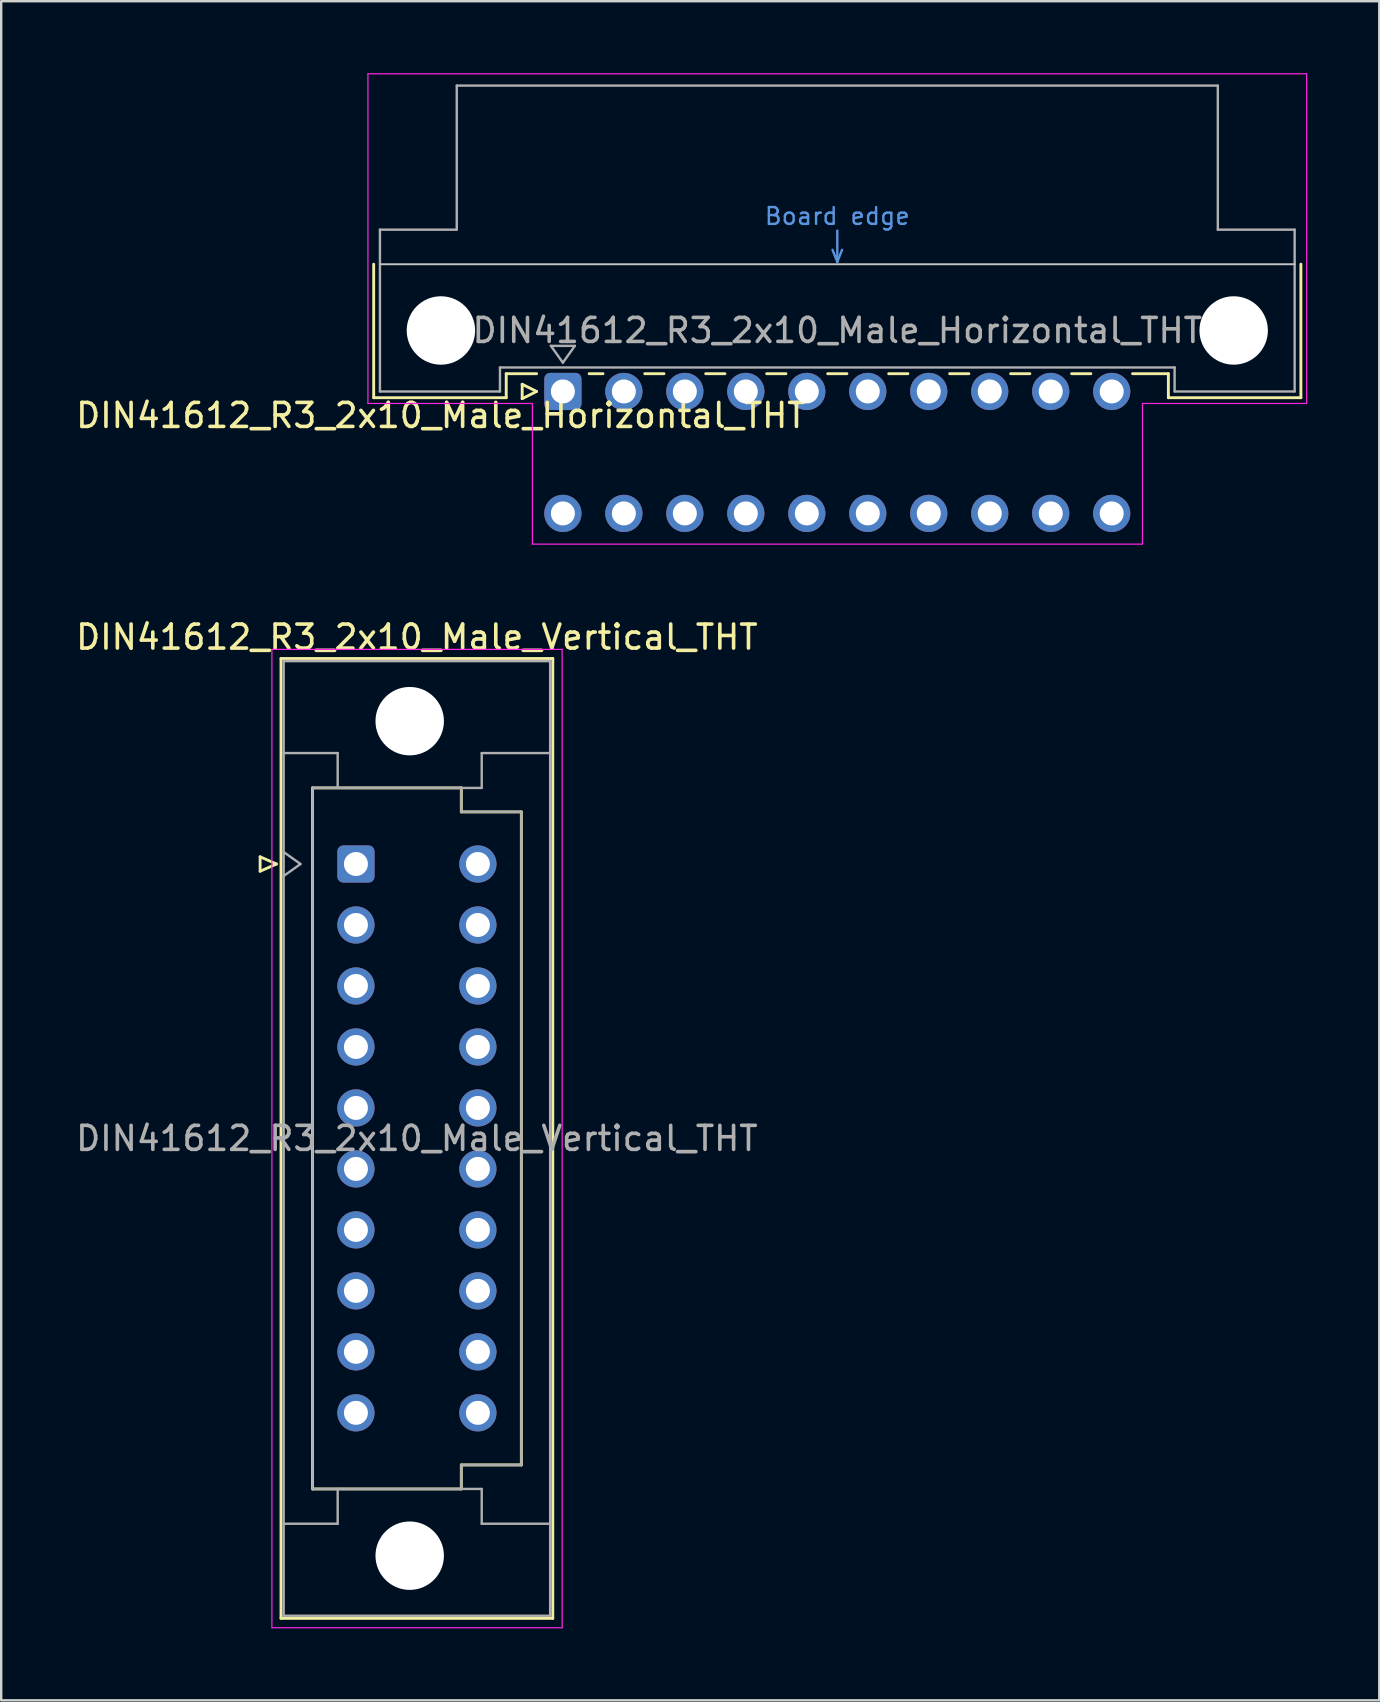
<source format=kicad_pcb>
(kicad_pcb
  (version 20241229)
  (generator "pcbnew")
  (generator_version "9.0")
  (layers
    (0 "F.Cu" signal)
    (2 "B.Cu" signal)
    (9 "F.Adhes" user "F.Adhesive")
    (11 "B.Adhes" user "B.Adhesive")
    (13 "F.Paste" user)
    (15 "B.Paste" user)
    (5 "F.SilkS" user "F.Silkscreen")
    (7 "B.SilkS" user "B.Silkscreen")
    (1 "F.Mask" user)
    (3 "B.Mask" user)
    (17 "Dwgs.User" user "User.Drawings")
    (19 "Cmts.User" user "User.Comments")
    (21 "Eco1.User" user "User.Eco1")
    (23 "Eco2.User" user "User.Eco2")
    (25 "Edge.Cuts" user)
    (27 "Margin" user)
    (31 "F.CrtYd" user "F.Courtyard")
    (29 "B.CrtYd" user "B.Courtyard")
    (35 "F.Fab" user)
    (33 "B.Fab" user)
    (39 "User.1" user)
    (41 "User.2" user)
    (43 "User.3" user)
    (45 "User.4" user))
  (footprint "DIN41612_R3_2x10_Male_Horizontal_THT"
    (layer "F.Cu")
    (at 20.395 13.255)
    (property "Reference" "DIN41612_R3_2x10_Male_Horizontal_THT" (at -5.08 1 0) (layer "F.SilkS") (effects (font (size 1 1) (thickness 0.15))))
    (attr through_hole)
    (fp_line (start -7.88 -5.3) (end -7.88 0.26) (stroke (width 0.12) (type solid)) (layer "F.SilkS"))
    (fp_line (start -7.88 0.26) (end -2.36 0.26) (stroke (width 0.12) (type solid)) (layer "F.SilkS"))
    (fp_line (start -2.361 -0.74) (end -1.095 -0.74) (stroke (width 0.12) (type solid)) (layer "F.SilkS"))
    (fp_line (start -2.36 0.26) (end -2.36 -0.74) (stroke (width 0.12) (type solid)) (layer "F.SilkS"))
    (fp_line (start -1.695 -0.3) (end -1.695 0.3) (stroke (width 0.12) (type solid)) (layer "F.SilkS"))
    (fp_line (start -1.695 0.3) (end -1.095 0) (stroke (width 0.12) (type solid)) (layer "F.SilkS"))
    (fp_line (start -1.095 0) (end -1.695 -0.3) (stroke (width 0.12) (type solid)) (layer "F.SilkS"))
    (fp_line (start 1.095 -0.74) (end 1.671 -0.74) (stroke (width 0.12) (type solid)) (layer "F.SilkS"))
    (fp_line (start 3.41 -0.74) (end 4.211 -0.74) (stroke (width 0.12) (type solid)) (layer "F.SilkS"))
    (fp_line (start 5.95 -0.74) (end 6.751 -0.74) (stroke (width 0.12) (type solid)) (layer "F.SilkS"))
    (fp_line (start 8.49 -0.74) (end 9.291 -0.74) (stroke (width 0.12) (type solid)) (layer "F.SilkS"))
    (fp_line (start 11.03 -0.74) (end 11.831 -0.74) (stroke (width 0.12) (type solid)) (layer "F.SilkS"))
    (fp_line (start 13.57 -0.74) (end 14.371 -0.74) (stroke (width 0.12) (type solid)) (layer "F.SilkS"))
    (fp_line (start 16.11 -0.74) (end 16.911 -0.74) (stroke (width 0.12) (type solid)) (layer "F.SilkS"))
    (fp_line (start 18.65 -0.74) (end 19.451 -0.74) (stroke (width 0.12) (type solid)) (layer "F.SilkS"))
    (fp_line (start 21.19 -0.74) (end 21.991 -0.74) (stroke (width 0.12) (type solid)) (layer "F.SilkS"))
    (fp_line (start 23.73 -0.74) (end 25.22 -0.74) (stroke (width 0.12) (type solid)) (layer "F.SilkS"))
    (fp_line (start 25.22 0.26) (end 25.22 -0.74) (stroke (width 0.12) (type solid)) (layer "F.SilkS"))
    (fp_line (start 30.74 -5.3) (end 30.74 0.26) (stroke (width 0.12) (type solid)) (layer "F.SilkS"))
    (fp_line (start 30.74 0.26) (end 25.22 0.26) (stroke (width 0.12) (type solid)) (layer "F.SilkS"))
    (fp_line (start -7.62 -5.3) (end 30.48 -5.3) (stroke (width 0.08) (type solid)) (layer "Dwgs.User"))
    (fp_line (start 11.23 -5.9) (end 11.43 -5.4) (stroke (width 0.1) (type solid)) (layer "Cmts.User"))
    (fp_line (start 11.43 -5.4) (end 11.43 -6.7) (stroke (width 0.1) (type solid)) (layer "Cmts.User"))
    (fp_line (start 11.43 -5.4) (end 11.63 -5.9) (stroke (width 0.1) (type solid)) (layer "Cmts.User"))
    (fp_line (start -8.12 -13.23) (end -8.12 0.5) (stroke (width 0.05) (type solid)) (layer "F.CrtYd"))
    (fp_line (start -8.12 0.5) (end -1.27 0.5) (stroke (width 0.05) (type solid)) (layer "F.CrtYd"))
    (fp_line (start -1.27 0.5) (end -1.27 6.36) (stroke (width 0.05) (type solid)) (layer "F.CrtYd"))
    (fp_line (start -1.27 6.36) (end 24.14 6.36) (stroke (width 0.05) (type solid)) (layer "F.CrtYd"))
    (fp_line (start 24.14 0.5) (end 30.98 0.5) (stroke (width 0.05) (type solid)) (layer "F.CrtYd"))
    (fp_line (start 24.14 6.36) (end 24.14 0.5) (stroke (width 0.05) (type solid)) (layer "F.CrtYd"))
    (fp_line (start 30.98 -13.23) (end -8.12 -13.23) (stroke (width 0.05) (type solid)) (layer "F.CrtYd"))
    (fp_line (start 30.98 0.5) (end 30.98 -13.23) (stroke (width 0.05) (type solid)) (layer "F.CrtYd"))
    (fp_line (start -7.62 -6.74) (end -7.62 0) (stroke (width 0.1) (type solid)) (layer "F.Fab"))
    (fp_line (start -7.62 0) (end -2.62 0) (stroke (width 0.1) (type solid)) (layer "F.Fab"))
    (fp_line (start -4.42 -12.74) (end -4.42 -6.74) (stroke (width 0.1) (type solid)) (layer "F.Fab"))
    (fp_line (start -4.42 -6.74) (end -7.62 -6.74) (stroke (width 0.1) (type solid)) (layer "F.Fab"))
    (fp_line (start -2.62 -1) (end 25.48 -1) (stroke (width 0.1) (type solid)) (layer "F.Fab"))
    (fp_line (start -2.62 0) (end -2.62 -1) (stroke (width 0.1) (type solid)) (layer "F.Fab"))
    (fp_line (start -0.5 -1.9) (end 0.5 -1.9) (stroke (width 0.1) (type solid)) (layer "F.Fab"))
    (fp_line (start 0 -1.2) (end -0.5 -1.9) (stroke (width 0.1) (type solid)) (layer "F.Fab"))
    (fp_line (start 0.5 -1.9) (end 0 -1.2) (stroke (width 0.1) (type solid)) (layer "F.Fab"))
    (fp_line (start 25.48 -1) (end 25.48 0) (stroke (width 0.1) (type solid)) (layer "F.Fab"))
    (fp_line (start 25.48 0) (end 30.48 0) (stroke (width 0.1) (type solid)) (layer "F.Fab"))
    (fp_line (start 27.28 -12.74) (end -4.42 -12.74) (stroke (width 0.1) (type solid)) (layer "F.Fab"))
    (fp_line (start 27.28 -6.74) (end 27.28 -12.74) (stroke (width 0.1) (type solid)) (layer "F.Fab"))
    (fp_line (start 30.48 -6.74) (end 27.28 -6.74) (stroke (width 0.1) (type solid)) (layer "F.Fab"))
    (fp_line (start 30.48 0) (end 30.48 -6.74) (stroke (width 0.1) (type solid)) (layer "F.Fab"))
    (fp_text user "Board edge" (at 11.43 -7.3 0) (layer "Cmts.User") (effects (font (size 0.7 0.7) (thickness 0.1))))
    (fp_text user "${REFERENCE}" (at 11.43 -2.54 0) (layer "F.Fab") (effects (font (size 1 1) (thickness 0.15))))
    (pad "" np_thru_hole circle (at -5.08 -2.54) (size 2.85 2.85) (drill 2.85) (layers "*.Cu" "*.Mask"))
    (pad "" np_thru_hole circle (at 27.94 -2.54) (size 2.85 2.85) (drill 2.85) (layers "*.Cu" "*.Mask"))
    (pad "a1" thru_hole roundrect (at 0 0) (size 1.55 1.55) (drill 1) (layers "*.Cu" "*.Mask") (roundrect_rratio 0.161))
    (pad "a2" thru_hole circle (at 2.54 0) (size 1.55 1.55) (drill 1) (layers "*.Cu" "*.Mask"))
    (pad "a3" thru_hole circle (at 5.08 0) (size 1.55 1.55) (drill 1) (layers "*.Cu" "*.Mask"))
    (pad "a4" thru_hole circle (at 7.62 0) (size 1.55 1.55) (drill 1) (layers "*.Cu" "*.Mask"))
    (pad "a5" thru_hole circle (at 10.16 0) (size 1.55 1.55) (drill 1) (layers "*.Cu" "*.Mask"))
    (pad "a6" thru_hole circle (at 12.7 0) (size 1.55 1.55) (drill 1) (layers "*.Cu" "*.Mask"))
    (pad "a7" thru_hole circle (at 15.24 0) (size 1.55 1.55) (drill 1) (layers "*.Cu" "*.Mask"))
    (pad "a8" thru_hole circle (at 17.78 0) (size 1.55 1.55) (drill 1) (layers "*.Cu" "*.Mask"))
    (pad "a9" thru_hole circle (at 20.32 0) (size 1.55 1.55) (drill 1) (layers "*.Cu" "*.Mask"))
    (pad "a10" thru_hole circle (at 22.86 0) (size 1.55 1.55) (drill 1) (layers "*.Cu" "*.Mask"))
    (pad "c1" thru_hole circle (at 0 5.08) (size 1.55 1.55) (drill 1) (layers "*.Cu" "*.Mask"))
    (pad "c2" thru_hole circle (at 2.54 5.08) (size 1.55 1.55) (drill 1) (layers "*.Cu" "*.Mask"))
    (pad "c3" thru_hole circle (at 5.08 5.08) (size 1.55 1.55) (drill 1) (layers "*.Cu" "*.Mask"))
    (pad "c4" thru_hole circle (at 7.62 5.08) (size 1.55 1.55) (drill 1) (layers "*.Cu" "*.Mask"))
    (pad "c5" thru_hole circle (at 10.16 5.08) (size 1.55 1.55) (drill 1) (layers "*.Cu" "*.Mask"))
    (pad "c6" thru_hole circle (at 12.7 5.08) (size 1.55 1.55) (drill 1) (layers "*.Cu" "*.Mask"))
    (pad "c7" thru_hole circle (at 15.24 5.08) (size 1.55 1.55) (drill 1) (layers "*.Cu" "*.Mask"))
    (pad "c8" thru_hole circle (at 17.78 5.08) (size 1.55 1.55) (drill 1) (layers "*.Cu" "*.Mask"))
    (pad "c9" thru_hole circle (at 20.32 5.08) (size 1.55 1.55) (drill 1) (layers "*.Cu" "*.Mask"))
    (pad "c10" thru_hole circle (at 22.86 5.08) (size 1.55 1.55) (drill 1) (layers "*.Cu" "*.Mask")))
  (footprint "DIN41612_R3_2x10_Male_Vertical_THT"
    (layer "F.Cu")
    (at 11.775 32.938)
    (property "Reference" "DIN41612_R3_2x10_Male_Vertical_THT" (at 2.54 -9.45 0) (layer "F.SilkS") (effects (font (size 1 1) (thickness 0.15))))
    (attr through_hole)
    (fp_line (start -3.99 -0.3) (end -3.99 0.3) (stroke (width 0.12) (type solid)) (layer "F.SilkS"))
    (fp_line (start -3.99 0.3) (end -3.31 0) (stroke (width 0.12) (type solid)) (layer "F.SilkS"))
    (fp_line (start -3.31 0) (end -3.99 -0.3) (stroke (width 0.12) (type solid)) (layer "F.SilkS"))
    (fp_line (start -3.12 -8.56) (end 8.2 -8.56) (stroke (width 0.12) (type solid)) (layer "F.SilkS"))
    (fp_line (start -3.12 31.42) (end -3.12 -8.56) (stroke (width 0.12) (type solid)) (layer "F.SilkS"))
    (fp_line (start -1.81 -3.17) (end 4.39 -3.17) (stroke (width 0.12) (type solid)) (layer "F.SilkS"))
    (fp_line (start -1.81 26.03) (end -1.81 -3.17) (stroke (width 0.12) (type solid)) (layer "F.SilkS"))
    (fp_line (start 4.39 -3.17) (end 4.39 -2.17) (stroke (width 0.12) (type solid)) (layer "F.SilkS"))
    (fp_line (start 4.39 -2.17) (end 6.89 -2.17) (stroke (width 0.12) (type solid)) (layer "F.SilkS"))
    (fp_line (start 4.39 25.03) (end 4.39 26.03) (stroke (width 0.12) (type solid)) (layer "F.SilkS"))
    (fp_line (start 4.39 26.03) (end -1.81 26.03) (stroke (width 0.12) (type solid)) (layer "F.SilkS"))
    (fp_line (start 6.89 -2.17) (end 6.89 25.03) (stroke (width 0.12) (type solid)) (layer "F.SilkS"))
    (fp_line (start 6.89 25.03) (end 4.39 25.03) (stroke (width 0.12) (type solid)) (layer "F.SilkS"))
    (fp_line (start 8.2 -8.56) (end 8.2 31.42) (stroke (width 0.12) (type solid)) (layer "F.SilkS"))
    (fp_line (start 8.2 31.42) (end -3.12 31.42) (stroke (width 0.12) (type solid)) (layer "F.SilkS"))
    (fp_line (start -3.5 -8.94) (end 8.59 -8.94) (stroke (width 0.05) (type solid)) (layer "F.CrtYd"))
    (fp_line (start -3.5 31.81) (end -3.5 -8.94) (stroke (width 0.05) (type solid)) (layer "F.CrtYd"))
    (fp_line (start 8.59 -8.94) (end 8.59 31.81) (stroke (width 0.05) (type solid)) (layer "F.CrtYd"))
    (fp_line (start 8.59 31.81) (end -3.5 31.81) (stroke (width 0.05) (type solid)) (layer "F.CrtYd"))
    (fp_line (start -3.01 -8.45) (end 8.09 -8.45) (stroke (width 0.1) (type solid)) (layer "F.Fab"))
    (fp_line (start -3.01 -4.62) (end -0.76 -4.62) (stroke (width 0.1) (type solid)) (layer "F.Fab"))
    (fp_line (start -3.01 -0.5) (end -2.31 0) (stroke (width 0.1) (type solid)) (layer "F.Fab"))
    (fp_line (start -3.01 27.48) (end -0.76 27.48) (stroke (width 0.1) (type solid)) (layer "F.Fab"))
    (fp_line (start -3.01 31.31) (end -3.01 -8.45) (stroke (width 0.1) (type solid)) (layer "F.Fab"))
    (fp_line (start -2.31 0) (end -3.01 0.5) (stroke (width 0.1) (type solid)) (layer "F.Fab"))
    (fp_line (start -1.81 -3.17) (end 4.39 -3.17) (stroke (width 0.1) (type solid)) (layer "F.Fab"))
    (fp_line (start -1.81 26.03) (end -1.81 -3.17) (stroke (width 0.1) (type solid)) (layer "F.Fab"))
    (fp_line (start -0.76 -4.62) (end -0.76 -3.17) (stroke (width 0.1) (type solid)) (layer "F.Fab"))
    (fp_line (start -0.76 27.48) (end -0.76 26.03) (stroke (width 0.1) (type solid)) (layer "F.Fab"))
    (fp_line (start 4.39 -3.17) (end 4.39 -2.17) (stroke (width 0.1) (type solid)) (layer "F.Fab"))
    (fp_line (start 4.39 -3.17) (end 5.24 -3.17) (stroke (width 0.1) (type solid)) (layer "F.Fab"))
    (fp_line (start 4.39 -2.17) (end 6.89 -2.17) (stroke (width 0.1) (type solid)) (layer "F.Fab"))
    (fp_line (start 4.39 25.03) (end 4.39 26.03) (stroke (width 0.1) (type solid)) (layer "F.Fab"))
    (fp_line (start 4.39 26.03) (end -1.81 26.03) (stroke (width 0.1) (type solid)) (layer "F.Fab"))
    (fp_line (start 4.39 26.03) (end 5.24 26.03) (stroke (width 0.1) (type solid)) (layer "F.Fab"))
    (fp_line (start 5.24 -4.62) (end 8.09 -4.62) (stroke (width 0.1) (type solid)) (layer "F.Fab"))
    (fp_line (start 5.24 -3.17) (end 5.24 -4.62) (stroke (width 0.1) (type solid)) (layer "F.Fab"))
    (fp_line (start 5.24 26.03) (end 5.24 27.48) (stroke (width 0.1) (type solid)) (layer "F.Fab"))
    (fp_line (start 5.24 27.48) (end 8.09 27.48) (stroke (width 0.1) (type solid)) (layer "F.Fab"))
    (fp_line (start 6.89 -2.17) (end 6.89 25.03) (stroke (width 0.1) (type solid)) (layer "F.Fab"))
    (fp_line (start 6.89 25.03) (end 4.39 25.03) (stroke (width 0.1) (type solid)) (layer "F.Fab"))
    (fp_line (start 8.09 -8.45) (end 8.09 31.31) (stroke (width 0.1) (type solid)) (layer "F.Fab"))
    (fp_line (start 8.09 31.31) (end -3.01 31.31) (stroke (width 0.1) (type solid)) (layer "F.Fab"))
    (fp_text user "${REFERENCE}" (at 2.54 11.43 0) (layer "F.Fab") (effects (font (size 1 1) (thickness 0.15))))
    (pad "" np_thru_hole circle (at 2.24 -5.95) (size 2.85 2.85) (drill 2.85) (layers "*.Cu" "*.Mask"))
    (pad "" np_thru_hole circle (at 2.24 28.81) (size 2.85 2.85) (drill 2.85) (layers "*.Cu" "*.Mask"))
    (pad "a1" thru_hole roundrect (at 0 0) (size 1.55 1.55) (drill 1) (layers "*.Cu" "*.Mask") (roundrect_rratio 0.161))
    (pad "a2" thru_hole circle (at 0 2.54) (size 1.55 1.55) (drill 1) (layers "*.Cu" "*.Mask"))
    (pad "a3" thru_hole circle (at 0 5.08) (size 1.55 1.55) (drill 1) (layers "*.Cu" "*.Mask"))
    (pad "a4" thru_hole circle (at 0 7.62) (size 1.55 1.55) (drill 1) (layers "*.Cu" "*.Mask"))
    (pad "a5" thru_hole circle (at 0 10.16) (size 1.55 1.55) (drill 1) (layers "*.Cu" "*.Mask"))
    (pad "a6" thru_hole circle (at 0 12.7) (size 1.55 1.55) (drill 1) (layers "*.Cu" "*.Mask"))
    (pad "a7" thru_hole circle (at 0 15.24) (size 1.55 1.55) (drill 1) (layers "*.Cu" "*.Mask"))
    (pad "a8" thru_hole circle (at 0 17.78) (size 1.55 1.55) (drill 1) (layers "*.Cu" "*.Mask"))
    (pad "a9" thru_hole circle (at 0 20.32) (size 1.55 1.55) (drill 1) (layers "*.Cu" "*.Mask"))
    (pad "a10" thru_hole circle (at 0 22.86) (size 1.55 1.55) (drill 1) (layers "*.Cu" "*.Mask"))
    (pad "c1" thru_hole circle (at 5.08 0) (size 1.55 1.55) (drill 1) (layers "*.Cu" "*.Mask"))
    (pad "c2" thru_hole circle (at 5.08 2.54) (size 1.55 1.55) (drill 1) (layers "*.Cu" "*.Mask"))
    (pad "c3" thru_hole circle (at 5.08 5.08) (size 1.55 1.55) (drill 1) (layers "*.Cu" "*.Mask"))
    (pad "c4" thru_hole circle (at 5.08 7.62) (size 1.55 1.55) (drill 1) (layers "*.Cu" "*.Mask"))
    (pad "c5" thru_hole circle (at 5.08 10.16) (size 1.55 1.55) (drill 1) (layers "*.Cu" "*.Mask"))
    (pad "c6" thru_hole circle (at 5.08 12.7) (size 1.55 1.55) (drill 1) (layers "*.Cu" "*.Mask"))
    (pad "c7" thru_hole circle (at 5.08 15.24) (size 1.55 1.55) (drill 1) (layers "*.Cu" "*.Mask"))
    (pad "c8" thru_hole circle (at 5.08 17.78) (size 1.55 1.55) (drill 1) (layers "*.Cu" "*.Mask"))
    (pad "c9" thru_hole circle (at 5.08 20.32) (size 1.55 1.55) (drill 1) (layers "*.Cu" "*.Mask"))
    (pad "c10" thru_hole circle (at 5.08 22.86) (size 1.55 1.55) (drill 1) (layers "*.Cu" "*.Mask")))
  (gr_rect
    (start -3 -3)
    (end 54.4 67.773)
    (stroke (width 0.1) (type default))
    (fill no)
    (layer "Edge.Cuts")))
</source>
